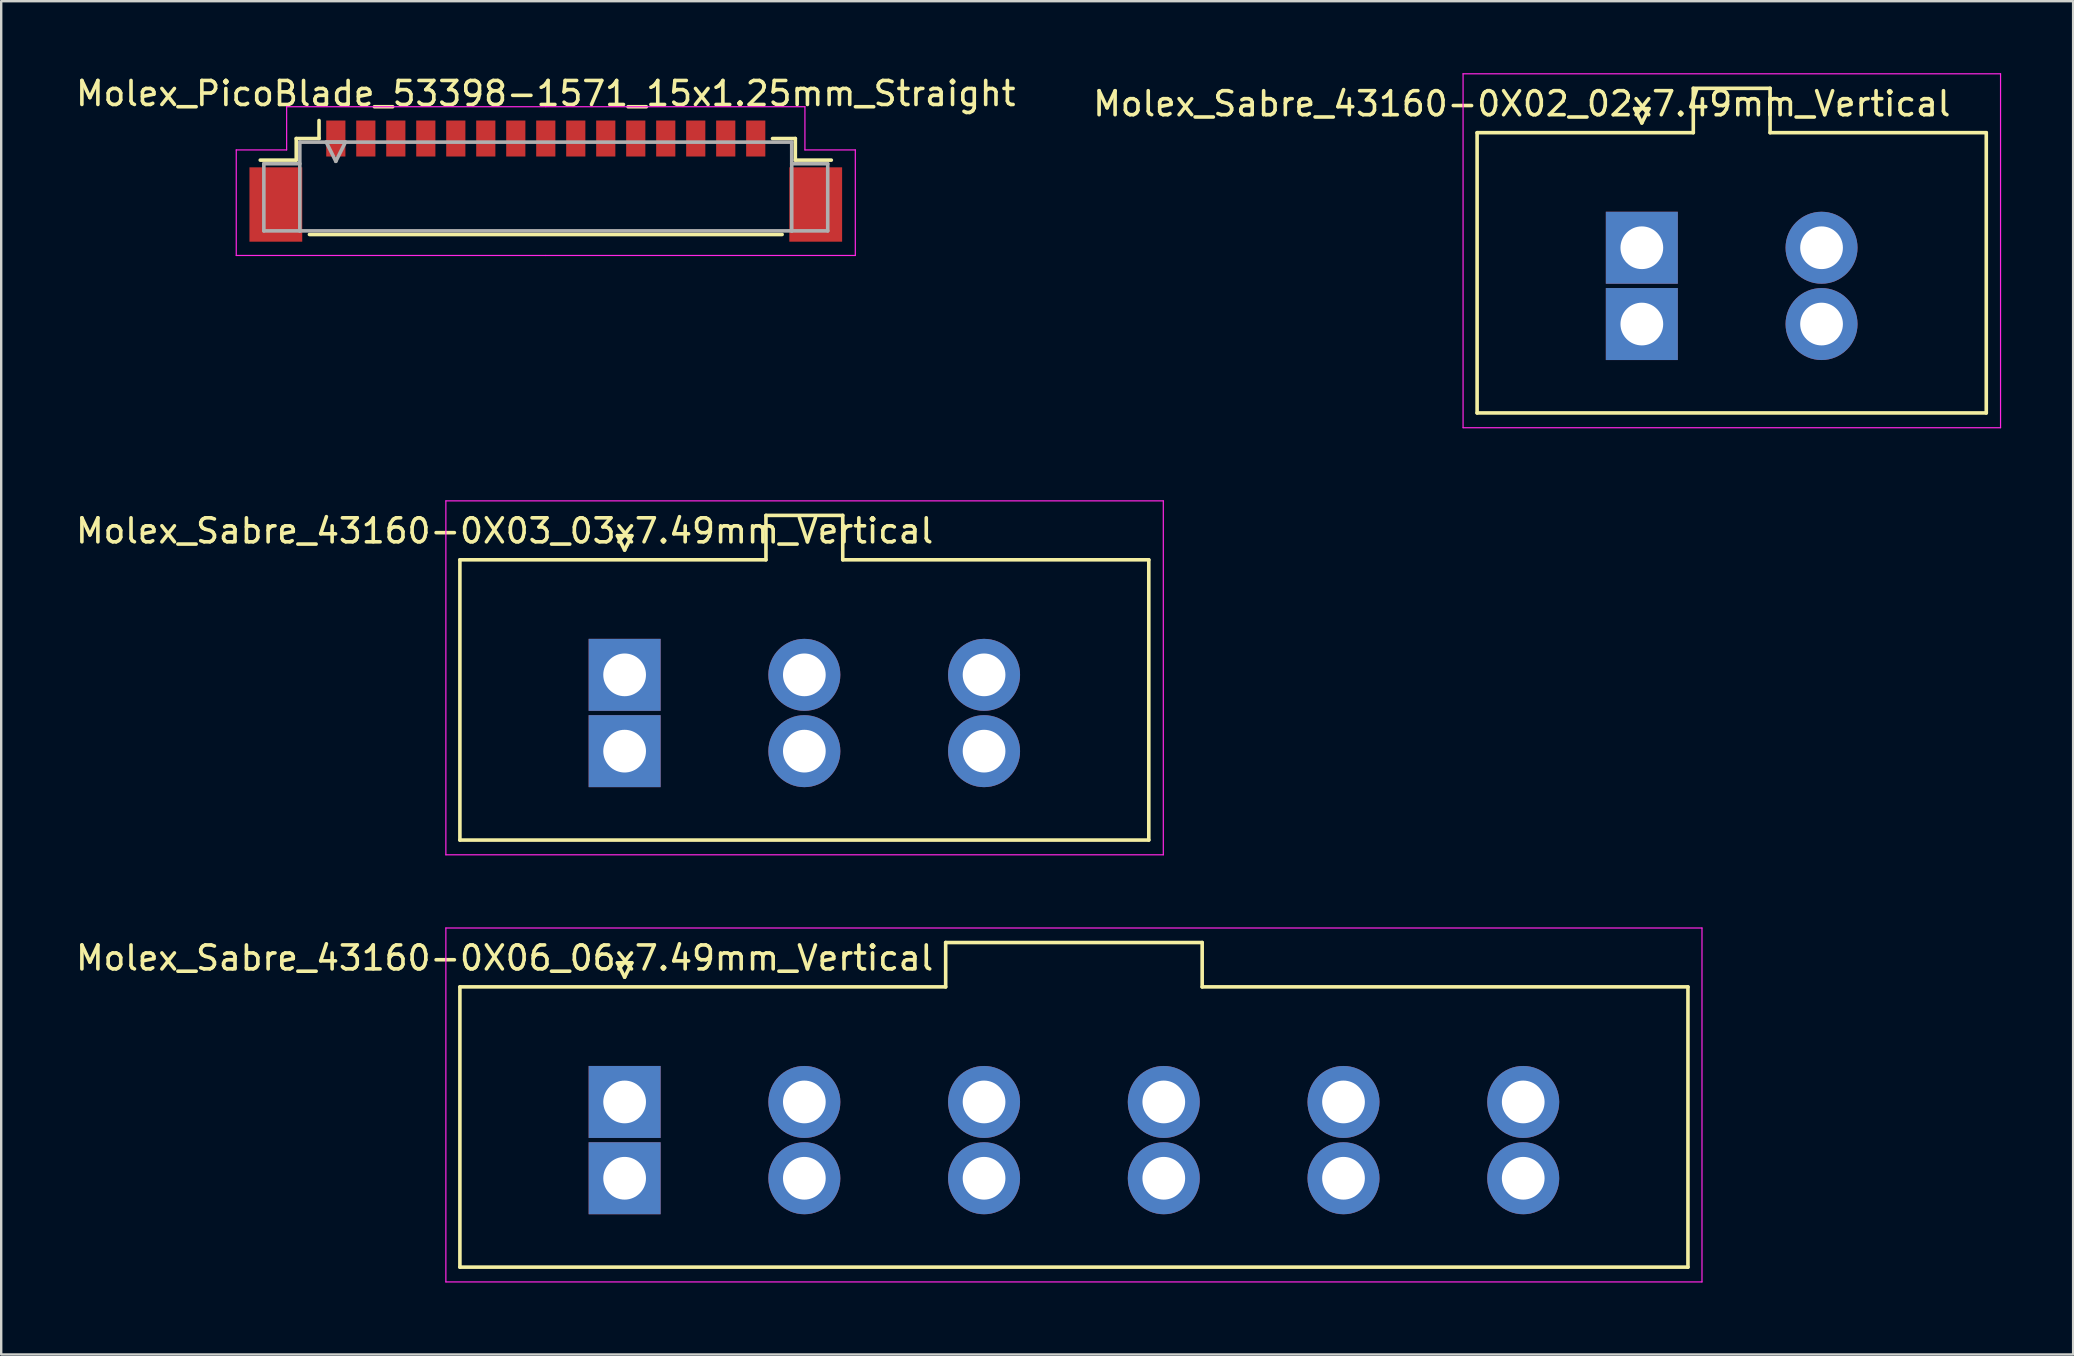
<source format=kicad_pcb>
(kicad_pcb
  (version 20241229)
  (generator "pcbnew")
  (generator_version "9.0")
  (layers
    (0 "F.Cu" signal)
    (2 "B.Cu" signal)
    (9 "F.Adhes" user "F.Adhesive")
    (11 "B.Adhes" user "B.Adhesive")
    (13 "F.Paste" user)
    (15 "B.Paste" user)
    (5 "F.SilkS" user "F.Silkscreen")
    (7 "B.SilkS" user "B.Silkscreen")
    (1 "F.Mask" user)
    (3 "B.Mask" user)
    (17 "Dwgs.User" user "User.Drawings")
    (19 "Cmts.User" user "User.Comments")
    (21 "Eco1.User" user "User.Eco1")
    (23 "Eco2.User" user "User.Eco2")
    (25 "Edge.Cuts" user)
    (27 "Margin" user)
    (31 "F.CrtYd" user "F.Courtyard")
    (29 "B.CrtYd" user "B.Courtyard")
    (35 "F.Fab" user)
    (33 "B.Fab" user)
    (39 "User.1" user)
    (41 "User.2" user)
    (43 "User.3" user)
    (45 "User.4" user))
  (footprint "Molex_PicoBlade_53398-1571_15x1.25mm_Straight"
    (layer "F.Cu")
    (at 19.696 4.098)
    (property "Reference" "Molex_PicoBlade_53398-1571_15x1.25mm_Straight" (at 0 -3.25 0) (layer "F.SilkS") (effects (font (size 1 1) (thickness 0.15))))
    (attr smd)
    (fp_line (start -10.4 -1.375) (end -10.4 -0.475) (stroke (width 0.15) (type solid)) (layer "F.SilkS"))
    (fp_line (start -10.4 -0.475) (end -11.9 -0.475) (stroke (width 0.15) (type solid)) (layer "F.SilkS"))
    (fp_line (start -9.85 2.625) (end 9.85 2.625) (stroke (width 0.15) (type solid)) (layer "F.SilkS"))
    (fp_line (start -9.45 -1.375) (end -10.4 -1.375) (stroke (width 0.15) (type solid)) (layer "F.SilkS"))
    (fp_line (start -9.45 -1.375) (end -9.45 -2.125) (stroke (width 0.15) (type solid)) (layer "F.SilkS"))
    (fp_line (start 9.45 -1.375) (end 10.4 -1.375) (stroke (width 0.15) (type solid)) (layer "F.SilkS"))
    (fp_line (start 10.4 -1.375) (end 10.4 -0.475) (stroke (width 0.15) (type solid)) (layer "F.SilkS"))
    (fp_line (start 10.4 -0.475) (end 11.9 -0.475) (stroke (width 0.15) (type solid)) (layer "F.SilkS"))
    (fp_line (start -12.9 -0.9) (end -12.9 3.5) (stroke (width 0.05) (type solid)) (layer "F.CrtYd"))
    (fp_line (start -12.9 3.5) (end 0 3.5) (stroke (width 0.05) (type solid)) (layer "F.CrtYd"))
    (fp_line (start -10.8 -2.7) (end -10.8 -0.9) (stroke (width 0.05) (type solid)) (layer "F.CrtYd"))
    (fp_line (start -10.8 -0.9) (end -12.9 -0.9) (stroke (width 0.05) (type solid)) (layer "F.CrtYd"))
    (fp_line (start 0 -2.7) (end -10.8 -2.7) (stroke (width 0.05) (type solid)) (layer "F.CrtYd"))
    (fp_line (start 0 -2.7) (end 10.8 -2.7) (stroke (width 0.05) (type solid)) (layer "F.CrtYd"))
    (fp_line (start 10.8 -2.7) (end 10.8 -0.9) (stroke (width 0.05) (type solid)) (layer "F.CrtYd"))
    (fp_line (start 10.8 -0.9) (end 12.9 -0.9) (stroke (width 0.05) (type solid)) (layer "F.CrtYd"))
    (fp_line (start 12.9 -0.9) (end 12.9 3.5) (stroke (width 0.05) (type solid)) (layer "F.CrtYd"))
    (fp_line (start 12.9 3.5) (end 0 3.5) (stroke (width 0.05) (type solid)) (layer "F.CrtYd"))
    (fp_line (start -11.75 -0.325) (end -10.25 -0.325) (stroke (width 0.15) (type solid)) (layer "F.Fab"))
    (fp_line (start -11.75 2.475) (end -11.75 -0.325) (stroke (width 0.15) (type solid)) (layer "F.Fab"))
    (fp_line (start -10.25 -1.225) (end -10.25 2.475) (stroke (width 0.15) (type solid)) (layer "F.Fab"))
    (fp_line (start -10.25 2.475) (end -11.75 2.475) (stroke (width 0.15) (type solid)) (layer "F.Fab"))
    (fp_line (start -10.25 2.475) (end 10.25 2.475) (stroke (width 0.15) (type solid)) (layer "F.Fab"))
    (fp_line (start -9.15 -1.225) (end -8.75 -0.425) (stroke (width 0.15) (type solid)) (layer "F.Fab"))
    (fp_line (start -8.75 -0.425) (end -8.35 -1.225) (stroke (width 0.15) (type solid)) (layer "F.Fab"))
    (fp_line (start -8.35 -1.225) (end -9.15 -1.225) (stroke (width 0.15) (type solid)) (layer "F.Fab"))
    (fp_line (start 10.25 -1.225) (end -10.25 -1.225) (stroke (width 0.15) (type solid)) (layer "F.Fab"))
    (fp_line (start 10.25 2.475) (end 10.25 -1.225) (stroke (width 0.15) (type solid)) (layer "F.Fab"))
    (fp_line (start 10.25 2.475) (end 11.75 2.475) (stroke (width 0.15) (type solid)) (layer "F.Fab"))
    (fp_line (start 11.75 -0.325) (end 10.25 -0.325) (stroke (width 0.15) (type solid)) (layer "F.Fab"))
    (fp_line (start 11.75 2.475) (end 11.75 -0.325) (stroke (width 0.15) (type solid)) (layer "F.Fab"))
    (pad "" smd rect (at -11.25 1.375) (size 2.2 3.1) (layers "F.Cu" "F.Mask" "F.Paste"))
    (pad "" smd rect (at 11.25 1.375) (size 2.2 3.1) (layers "F.Cu" "F.Mask" "F.Paste"))
    (pad "1" smd rect (at -8.75 -1.375) (size 0.8 1.5) (layers "F.Cu" "F.Mask" "F.Paste"))
    (pad "2" smd rect (at -7.5 -1.375) (size 0.8 1.5) (layers "F.Cu" "F.Mask" "F.Paste"))
    (pad "3" smd rect (at -6.25 -1.375) (size 0.8 1.5) (layers "F.Cu" "F.Mask" "F.Paste"))
    (pad "4" smd rect (at -5 -1.375) (size 0.8 1.5) (layers "F.Cu" "F.Mask" "F.Paste"))
    (pad "5" smd rect (at -3.75 -1.375) (size 0.8 1.5) (layers "F.Cu" "F.Mask" "F.Paste"))
    (pad "6" smd rect (at -2.5 -1.375) (size 0.8 1.5) (layers "F.Cu" "F.Mask" "F.Paste"))
    (pad "7" smd rect (at -1.25 -1.375) (size 0.8 1.5) (layers "F.Cu" "F.Mask" "F.Paste"))
    (pad "8" smd rect (at 0 -1.375) (size 0.8 1.5) (layers "F.Cu" "F.Mask" "F.Paste"))
    (pad "9" smd rect (at 1.25 -1.375) (size 0.8 1.5) (layers "F.Cu" "F.Mask" "F.Paste"))
    (pad "10" smd rect (at 2.5 -1.375) (size 0.8 1.5) (layers "F.Cu" "F.Mask" "F.Paste"))
    (pad "11" smd rect (at 3.75 -1.375) (size 0.8 1.5) (layers "F.Cu" "F.Mask" "F.Paste"))
    (pad "12" smd rect (at 5 -1.375) (size 0.8 1.5) (layers "F.Cu" "F.Mask" "F.Paste"))
    (pad "13" smd rect (at 6.25 -1.375) (size 0.8 1.5) (layers "F.Cu" "F.Mask" "F.Paste"))
    (pad "14" smd rect (at 7.5 -1.375) (size 0.8 1.5) (layers "F.Cu" "F.Mask" "F.Paste"))
    (pad "15" smd rect (at 8.75 -1.375) (size 0.8 1.5) (layers "F.Cu" "F.Mask" "F.Paste")))
  (footprint "Molex_Sabre_43160-0X02_02x7.49mm_Vertical"
    (layer "F.Cu")
    (at 65.375 7.275)
    (property "Reference" "Molex_Sabre_43160-0X02_02x7.49mm_Vertical" (at -5 -6 0) (layer "F.SilkS") (effects (font (size 1 1) (thickness 0.15))))
    (attr through_hole)
    (fp_line (start -6.865 -4.795) (end 2.145 -4.795) (stroke (width 0.15) (type solid)) (layer "F.SilkS"))
    (fp_line (start -6.865 6.885) (end -6.865 -4.795) (stroke (width 0.15) (type solid)) (layer "F.SilkS"))
    (fp_line (start -0.3 -5.8) (end 0 -5.2) (stroke (width 0.15) (type solid)) (layer "F.SilkS"))
    (fp_line (start 0 -5.2) (end 0.3 -5.8) (stroke (width 0.15) (type solid)) (layer "F.SilkS"))
    (fp_line (start 0.3 -5.8) (end -0.3 -5.8) (stroke (width 0.15) (type solid)) (layer "F.SilkS"))
    (fp_line (start 2.145 -6.645) (end 5.345 -6.645) (stroke (width 0.15) (type solid)) (layer "F.SilkS"))
    (fp_line (start 2.145 -4.795) (end 2.145 -6.645) (stroke (width 0.15) (type solid)) (layer "F.SilkS"))
    (fp_line (start 5.345 -6.645) (end 5.345 -4.795) (stroke (width 0.15) (type solid)) (layer "F.SilkS"))
    (fp_line (start 5.345 -4.795) (end 14.355 -4.795) (stroke (width 0.15) (type solid)) (layer "F.SilkS"))
    (fp_line (start 14.355 -4.795) (end 14.355 6.885) (stroke (width 0.15) (type solid)) (layer "F.SilkS"))
    (fp_line (start 14.355 6.885) (end -6.865 6.885) (stroke (width 0.15) (type solid)) (layer "F.SilkS"))
    (fp_line (start -7.45 -7.25) (end -7.45 7.5) (stroke (width 0.05) (type solid)) (layer "F.CrtYd"))
    (fp_line (start -7.45 7.5) (end 14.95 7.5) (stroke (width 0.05) (type solid)) (layer "F.CrtYd"))
    (fp_line (start 14.95 -7.25) (end -7.45 -7.25) (stroke (width 0.05) (type solid)) (layer "F.CrtYd"))
    (fp_line (start 14.95 7.5) (end 14.95 -7.25) (stroke (width 0.05) (type solid)) (layer "F.CrtYd"))
    (pad "1" thru_hole rect (at 0 0) (size 3 3) (drill 1.78) (layers "*.Cu" "*.Mask"))
    (pad "1" thru_hole rect (at 0 3.18) (size 3 3) (drill 1.78) (layers "*.Cu" "*.Mask"))
    (pad "2" thru_hole circle (at 7.49 0) (size 3 3) (drill 1.78) (layers "*.Cu" "*.Mask"))
    (pad "2" thru_hole circle (at 7.49 3.18) (size 3 3) (drill 1.78) (layers "*.Cu" "*.Mask")))
  (footprint "Molex_Sabre_43160-0X06_06x7.49mm_Vertical"
    (layer "F.Cu")
    (at 22.982 42.875)
    (property "Reference" "Molex_Sabre_43160-0X06_06x7.49mm_Vertical" (at -5 -6 0) (layer "F.SilkS") (effects (font (size 1 1) (thickness 0.15))))
    (attr through_hole)
    (fp_line (start -6.865 -4.795) (end 13.38 -4.795) (stroke (width 0.15) (type solid)) (layer "F.SilkS"))
    (fp_line (start -6.865 6.885) (end -6.865 -4.795) (stroke (width 0.15) (type solid)) (layer "F.SilkS"))
    (fp_line (start -0.3 -5.8) (end 0 -5.2) (stroke (width 0.15) (type solid)) (layer "F.SilkS"))
    (fp_line (start 0 -5.2) (end 0.3 -5.8) (stroke (width 0.15) (type solid)) (layer "F.SilkS"))
    (fp_line (start 0.3 -5.8) (end -0.3 -5.8) (stroke (width 0.15) (type solid)) (layer "F.SilkS"))
    (fp_line (start 13.38 -6.645) (end 24.07 -6.645) (stroke (width 0.15) (type solid)) (layer "F.SilkS"))
    (fp_line (start 13.38 -4.795) (end 13.38 -6.645) (stroke (width 0.15) (type solid)) (layer "F.SilkS"))
    (fp_line (start 24.07 -6.645) (end 24.07 -4.795) (stroke (width 0.15) (type solid)) (layer "F.SilkS"))
    (fp_line (start 24.07 -4.795) (end 44.315 -4.795) (stroke (width 0.15) (type solid)) (layer "F.SilkS"))
    (fp_line (start 44.315 -4.795) (end 44.315 6.885) (stroke (width 0.15) (type solid)) (layer "F.SilkS"))
    (fp_line (start 44.315 6.885) (end -6.865 6.885) (stroke (width 0.15) (type solid)) (layer "F.SilkS"))
    (fp_line (start -7.45 -7.25) (end -7.45 7.5) (stroke (width 0.05) (type solid)) (layer "F.CrtYd"))
    (fp_line (start -7.45 7.5) (end 44.9 7.5) (stroke (width 0.05) (type solid)) (layer "F.CrtYd"))
    (fp_line (start 44.9 -7.25) (end -7.45 -7.25) (stroke (width 0.05) (type solid)) (layer "F.CrtYd"))
    (fp_line (start 44.9 7.5) (end 44.9 -7.25) (stroke (width 0.05) (type solid)) (layer "F.CrtYd"))
    (pad "1" thru_hole rect (at 0 0) (size 3 3) (drill 1.78) (layers "*.Cu" "*.Mask"))
    (pad "1" thru_hole rect (at 0 3.18) (size 3 3) (drill 1.78) (layers "*.Cu" "*.Mask"))
    (pad "2" thru_hole circle (at 7.49 0) (size 3 3) (drill 1.78) (layers "*.Cu" "*.Mask"))
    (pad "2" thru_hole circle (at 7.49 3.18) (size 3 3) (drill 1.78) (layers "*.Cu" "*.Mask"))
    (pad "3" thru_hole circle (at 14.98 0) (size 3 3) (drill 1.78) (layers "*.Cu" "*.Mask"))
    (pad "3" thru_hole circle (at 14.98 3.18) (size 3 3) (drill 1.78) (layers "*.Cu" "*.Mask"))
    (pad "4" thru_hole circle (at 22.47 0) (size 3 3) (drill 1.78) (layers "*.Cu" "*.Mask"))
    (pad "4" thru_hole circle (at 22.47 3.18) (size 3 3) (drill 1.78) (layers "*.Cu" "*.Mask"))
    (pad "5" thru_hole circle (at 29.96 0) (size 3 3) (drill 1.78) (layers "*.Cu" "*.Mask"))
    (pad "5" thru_hole circle (at 29.96 3.18) (size 3 3) (drill 1.78) (layers "*.Cu" "*.Mask"))
    (pad "6" thru_hole circle (at 37.45 0) (size 3 3) (drill 1.78) (layers "*.Cu" "*.Mask"))
    (pad "6" thru_hole circle (at 37.45 3.18) (size 3 3) (drill 1.78) (layers "*.Cu" "*.Mask")))
  (footprint "Molex_Sabre_43160-0X03_03x7.49mm_Vertical"
    (layer "F.Cu")
    (at 22.982 25.075)
    (property "Reference" "Molex_Sabre_43160-0X03_03x7.49mm_Vertical" (at -5 -6 0) (layer "F.SilkS") (effects (font (size 1 1) (thickness 0.15))))
    (attr through_hole)
    (fp_line (start -6.865 -4.795) (end 5.89 -4.795) (stroke (width 0.15) (type solid)) (layer "F.SilkS"))
    (fp_line (start -6.865 6.885) (end -6.865 -4.795) (stroke (width 0.15) (type solid)) (layer "F.SilkS"))
    (fp_line (start -0.3 -5.8) (end 0 -5.2) (stroke (width 0.15) (type solid)) (layer "F.SilkS"))
    (fp_line (start 0 -5.2) (end 0.3 -5.8) (stroke (width 0.15) (type solid)) (layer "F.SilkS"))
    (fp_line (start 0.3 -5.8) (end -0.3 -5.8) (stroke (width 0.15) (type solid)) (layer "F.SilkS"))
    (fp_line (start 5.89 -6.645) (end 9.09 -6.645) (stroke (width 0.15) (type solid)) (layer "F.SilkS"))
    (fp_line (start 5.89 -4.795) (end 5.89 -6.645) (stroke (width 0.15) (type solid)) (layer "F.SilkS"))
    (fp_line (start 9.09 -6.645) (end 9.09 -4.795) (stroke (width 0.15) (type solid)) (layer "F.SilkS"))
    (fp_line (start 9.09 -4.795) (end 21.845 -4.795) (stroke (width 0.15) (type solid)) (layer "F.SilkS"))
    (fp_line (start 21.845 -4.795) (end 21.845 6.885) (stroke (width 0.15) (type solid)) (layer "F.SilkS"))
    (fp_line (start 21.845 6.885) (end -6.865 6.885) (stroke (width 0.15) (type solid)) (layer "F.SilkS"))
    (fp_line (start -7.45 -7.25) (end -7.45 7.5) (stroke (width 0.05) (type solid)) (layer "F.CrtYd"))
    (fp_line (start -7.45 7.5) (end 22.45 7.5) (stroke (width 0.05) (type solid)) (layer "F.CrtYd"))
    (fp_line (start 22.45 -7.25) (end -7.45 -7.25) (stroke (width 0.05) (type solid)) (layer "F.CrtYd"))
    (fp_line (start 22.45 7.5) (end 22.45 -7.25) (stroke (width 0.05) (type solid)) (layer "F.CrtYd"))
    (pad "1" thru_hole rect (at 0 0) (size 3 3) (drill 1.78) (layers "*.Cu" "*.Mask"))
    (pad "1" thru_hole rect (at 0 3.18) (size 3 3) (drill 1.78) (layers "*.Cu" "*.Mask"))
    (pad "2" thru_hole circle (at 7.49 0) (size 3 3) (drill 1.78) (layers "*.Cu" "*.Mask"))
    (pad "2" thru_hole circle (at 7.49 3.18) (size 3 3) (drill 1.78) (layers "*.Cu" "*.Mask"))
    (pad "3" thru_hole circle (at 14.98 0) (size 3 3) (drill 1.78) (layers "*.Cu" "*.Mask"))
    (pad "3" thru_hole circle (at 14.98 3.18) (size 3 3) (drill 1.78) (layers "*.Cu" "*.Mask")))
  (gr_rect
    (start -3 -3)
    (end 83.35 53.4)
    (stroke (width 0.1) (type default))
    (fill no)
    (layer "Edge.Cuts")))
</source>
